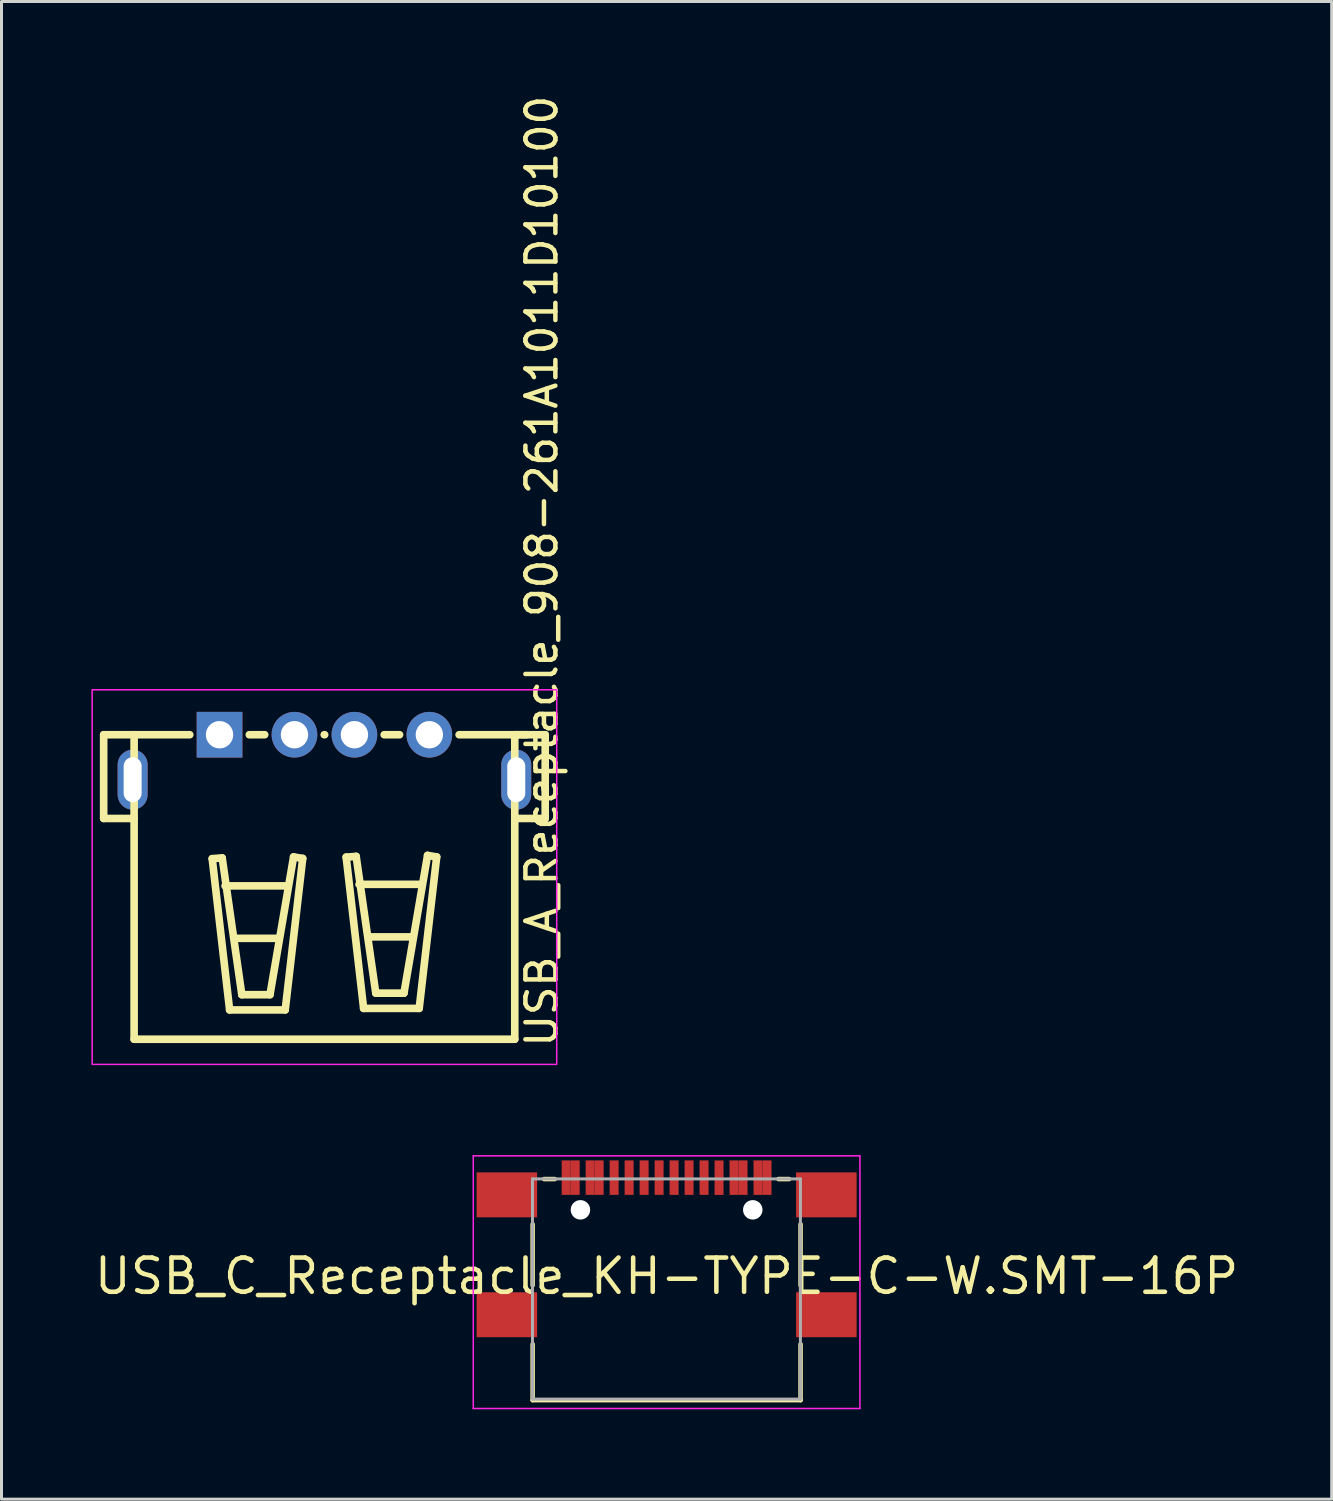
<source format=kicad_pcb>
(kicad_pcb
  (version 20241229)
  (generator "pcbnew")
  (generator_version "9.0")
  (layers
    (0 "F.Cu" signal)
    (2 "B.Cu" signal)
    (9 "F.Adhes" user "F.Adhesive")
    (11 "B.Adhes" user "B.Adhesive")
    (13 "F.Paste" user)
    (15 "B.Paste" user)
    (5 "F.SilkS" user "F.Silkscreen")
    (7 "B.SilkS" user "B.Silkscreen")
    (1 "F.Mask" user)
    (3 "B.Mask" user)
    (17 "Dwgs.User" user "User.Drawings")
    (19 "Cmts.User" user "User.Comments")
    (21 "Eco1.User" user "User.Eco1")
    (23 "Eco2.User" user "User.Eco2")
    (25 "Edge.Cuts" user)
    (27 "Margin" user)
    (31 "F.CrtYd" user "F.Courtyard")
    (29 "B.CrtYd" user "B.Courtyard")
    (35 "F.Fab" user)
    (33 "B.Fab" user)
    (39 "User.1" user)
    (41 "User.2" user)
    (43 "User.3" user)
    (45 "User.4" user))
  (footprint "USB_A_Receptacle_908-261A1011D10100"
    (layer "F.Cu")
    (at 7.775 22.214)
    (property "Reference" "USB_A_Receptacle_908-261A1011D10100" (at 7.25 9.75 90) (layer "F.SilkS") (effects (font (size 1 1) (thickness 0.15)) (justify left)))
    (attr through_hole)
    (fp_line (start -7.366 -0.75) (end -7.366 2.044) (stroke (width 0.254) (type solid)) (layer "F.SilkS"))
    (fp_line (start -7.366 -0.75) (end -6.35 -0.75) (stroke (width 0.254) (type solid)) (layer "F.SilkS"))
    (fp_line (start -7.366 2.044) (end -6.35 2.044) (stroke (width 0.254) (type solid)) (layer "F.SilkS"))
    (fp_line (start -6.35 -0.75) (end -6.35 9.41) (stroke (width 0.254) (type solid)) (layer "F.SilkS"))
    (fp_line (start -6.35 -0.75) (end -4.493 -0.75) (stroke (width 0.254) (type solid)) (layer "F.SilkS"))
    (fp_line (start -6.35 9.41) (end 6.35 9.41) (stroke (width 0.254) (type solid)) (layer "F.SilkS"))
    (fp_line (start -3.745 3.385) (end -3.164 8.432) (stroke (width 0.254) (type solid)) (layer "F.SilkS"))
    (fp_line (start -3.412 3.36) (end -3.745 3.385) (stroke (width 0.254) (type solid)) (layer "F.SilkS"))
    (fp_line (start -3.316 4.292) (end -1.233 4.292) (stroke (width 0.254) (type solid)) (layer "F.SilkS"))
    (fp_line (start -3.164 8.432) (end -1.309 8.432) (stroke (width 0.254) (type solid)) (layer "F.SilkS"))
    (fp_line (start -2.986 6.044) (end -1.538 6.044) (stroke (width 0.254) (type solid)) (layer "F.SilkS"))
    (fp_line (start -2.757 7.924) (end -3.412 3.36) (stroke (width 0.254) (type solid)) (layer "F.SilkS"))
    (fp_line (start -2.507 -0.75) (end -1.993 -0.75) (stroke (width 0.254) (type solid)) (layer "F.SilkS"))
    (fp_line (start -1.817 7.924) (end -2.757 7.924) (stroke (width 0.254) (type solid)) (layer "F.SilkS"))
    (fp_line (start -1.309 8.432) (end -0.725 3.377) (stroke (width 0.254) (type solid)) (layer "F.SilkS"))
    (fp_line (start -1.03 3.327) (end -1.817 7.924) (stroke (width 0.254) (type solid)) (layer "F.SilkS"))
    (fp_line (start -0.725 3.377) (end -1.03 3.327) (stroke (width 0.254) (type solid)) (layer "F.SilkS"))
    (fp_line (start -0.007 -0.75) (end 0.007 -0.75) (stroke (width 0.254) (type solid)) (layer "F.SilkS"))
    (fp_line (start 0.725 3.334) (end 1.058 3.309) (stroke (width 0.254) (type solid)) (layer "F.SilkS"))
    (fp_line (start 1.058 3.309) (end 1.713 7.873) (stroke (width 0.254) (type solid)) (layer "F.SilkS"))
    (fp_line (start 1.154 4.241) (end 3.237 4.241) (stroke (width 0.254) (type solid)) (layer "F.SilkS"))
    (fp_line (start 1.307 8.381) (end 0.725 3.334) (stroke (width 0.254) (type solid)) (layer "F.SilkS"))
    (fp_line (start 1.485 5.994) (end 2.932 5.994) (stroke (width 0.254) (type solid)) (layer "F.SilkS"))
    (fp_line (start 1.713 7.873) (end 2.653 7.873) (stroke (width 0.254) (type solid)) (layer "F.SilkS"))
    (fp_line (start 1.993 -0.75) (end 2.507 -0.75) (stroke (width 0.254) (type solid)) (layer "F.SilkS"))
    (fp_line (start 2.653 7.873) (end 3.44 3.276) (stroke (width 0.254) (type solid)) (layer "F.SilkS"))
    (fp_line (start 3.161 8.381) (end 1.307 8.381) (stroke (width 0.254) (type solid)) (layer "F.SilkS"))
    (fp_line (start 3.44 3.276) (end 3.745 3.327) (stroke (width 0.254) (type solid)) (layer "F.SilkS"))
    (fp_line (start 3.745 3.327) (end 3.161 8.381) (stroke (width 0.254) (type solid)) (layer "F.SilkS"))
    (fp_line (start 4.493 -0.75) (end 6.754 -0.75) (stroke (width 0.254) (type solid)) (layer "F.SilkS"))
    (fp_line (start 6.35 -0.75) (end 7.366 -0.75) (stroke (width 0.254) (type solid)) (layer "F.SilkS"))
    (fp_line (start 6.35 9.41) (end 6.35 -0.75) (stroke (width 0.254) (type solid)) (layer "F.SilkS"))
    (fp_line (start 7.366 -0.75) (end 7.366 2.044) (stroke (width 0.254) (type solid)) (layer "F.SilkS"))
    (fp_line (start 7.366 2.044) (end 6.35 2.044) (stroke (width 0.254) (type solid)) (layer "F.SilkS"))
    (fp_rect (start -7.75 -2.25) (end 7.75 10.25) (stroke (width 0.05) (type default)) (fill no) (layer "F.CrtYd"))
    (pad "1" thru_hole rect (at -3.5 -0.75) (size 1.524 1.524) (drill 0.914) (layers "*.Cu" "*.Paste" "*.Mask"))
    (pad "2" thru_hole circle (at -1 -0.75) (size 1.524 1.524) (drill 0.914) (layers "*.Cu" "*.Paste" "*.Mask"))
    (pad "3" thru_hole circle (at 1 -0.75) (size 1.524 1.524) (drill 0.914) (layers "*.Cu" "*.Paste" "*.Mask"))
    (pad "4" thru_hole circle (at 3.5 -0.75) (size 1.524 1.524) (drill 0.914) (layers "*.Cu" "*.Paste" "*.Mask"))
    (pad "5" thru_hole oval (at -6.4 0.75) (size 1 2) (drill oval 0.6 1.5) (layers "*.Cu" "*.Paste" "*.Mask"))
    (pad "5" thru_hole oval (at 6.4 0.75) (size 1 2) (drill oval 0.6 1.5) (layers "*.Cu" "*.Paste" "*.Mask")))
  (footprint "USB_C_Receptacle_KH-TYPE-C-W.SMT-16P"
    (layer "F.Cu")
    (at 19.191 38.529)
    (property "Reference" "USB_C_Receptacle_KH-TYPE-C-W.SMT-16P" (at 0 1 0) (layer "F.SilkS") (effects (font (size 1.143 1.143) (thickness 0.152))))
    (attr smd)
    (fp_line (start -4.47 1.306) (end -4.47 -0.732) (stroke (width 0.15) (type solid)) (layer "F.SilkS"))
    (fp_line (start -4.47 5.137) (end -4.47 3.268) (stroke (width 0.15) (type solid)) (layer "F.SilkS"))
    (fp_line (start -4.089 -2.24) (end -3.731 -2.24) (stroke (width 0.15) (type solid)) (layer "F.SilkS"))
    (fp_line (start 3.731 -2.24) (end 4.089 -2.24) (stroke (width 0.15) (type solid)) (layer "F.SilkS"))
    (fp_line (start 4.47 1.306) (end 4.47 -0.732) (stroke (width 0.15) (type solid)) (layer "F.SilkS"))
    (fp_line (start 4.47 5.137) (end -4.47 5.137) (stroke (width 0.15) (type solid)) (layer "F.SilkS"))
    (fp_line (start 4.47 5.137) (end 4.47 3.268) (stroke (width 0.15) (type solid)) (layer "F.SilkS"))
    (fp_poly (pts (xy -2.9 -2.857) (xy -2.9 -1.712) (xy -3.5 -1.712) (xy -3.5 -2.857)) (stroke (width 0) (type solid)) (fill yes) (layer "F.Paste"))
    (fp_poly (pts (xy -2.1 -2.857) (xy -2.1 -1.712) (xy -2.7 -1.712) (xy -2.7 -2.857)) (stroke (width 0) (type solid)) (fill yes) (layer "F.Paste"))
    (fp_poly (pts (xy -1.9 -2.862) (xy -1.6 -2.862) (xy -1.6 -1.712) (xy -1.9 -1.712)) (stroke (width 0) (type solid)) (fill yes) (layer "F.Paste"))
    (fp_poly (pts (xy -1.4 -2.862) (xy -1.1 -2.862) (xy -1.1 -1.712) (xy -1.4 -1.712)) (stroke (width 0) (type solid)) (fill yes) (layer "F.Paste"))
    (fp_poly (pts (xy -0.9 -2.862) (xy -0.6 -2.862) (xy -0.6 -1.712) (xy -0.9 -1.712)) (stroke (width 0) (type solid)) (fill yes) (layer "F.Paste"))
    (fp_poly (pts (xy -0.4 -2.862) (xy -0.1 -2.862) (xy -0.1 -1.712) (xy -0.4 -1.712)) (stroke (width 0) (type solid)) (fill yes) (layer "F.Paste"))
    (fp_poly (pts (xy 0.1 -2.862) (xy 0.4 -2.862) (xy 0.4 -1.712) (xy 0.1 -1.712)) (stroke (width 0) (type solid)) (fill yes) (layer "F.Paste"))
    (fp_poly (pts (xy 0.6 -2.862) (xy 0.9 -2.862) (xy 0.9 -1.712) (xy 0.6 -1.712)) (stroke (width 0) (type solid)) (fill yes) (layer "F.Paste"))
    (fp_poly (pts (xy 1.1 -2.862) (xy 1.4 -2.862) (xy 1.4 -1.712) (xy 1.1 -1.712)) (stroke (width 0) (type solid)) (fill yes) (layer "F.Paste"))
    (fp_poly (pts (xy 1.6 -2.86) (xy 1.9 -2.86) (xy 1.9 -1.71) (xy 1.6 -1.71)) (stroke (width 0) (type solid)) (fill yes) (layer "F.Paste"))
    (fp_poly (pts (xy 2.7 -2.857) (xy 2.7 -1.712) (xy 2.1 -1.712) (xy 2.1 -2.857)) (stroke (width 0) (type solid)) (fill yes) (layer "F.Paste"))
    (fp_poly (pts (xy 3.5 -2.857) (xy 3.5 -1.712) (xy 2.9 -1.712) (xy 2.9 -2.857)) (stroke (width 0) (type solid)) (fill yes) (layer "F.Paste"))
    (fp_circle (center -2.875 -1.213) (end -2.725 -1.213) (stroke (width 0.3) (type solid)) (fill no) (layer "Cmts.User"))
    (fp_circle (center 2.875 -1.213) (end 3.025 -1.213) (stroke (width 0.3) (type solid)) (fill no) (layer "Cmts.User"))
    (fp_line (start -6.45 -3.015) (end 6.45 -3.015) (stroke (width 0.05) (type solid)) (layer "F.CrtYd"))
    (fp_line (start -6.45 5.415) (end -6.45 -3.015) (stroke (width 0.05) (type solid)) (layer "F.CrtYd"))
    (fp_line (start 6.45 -3.015) (end 6.45 5.415) (stroke (width 0.05) (type solid)) (layer "F.CrtYd"))
    (fp_line (start 6.45 5.415) (end -6.45 5.415) (stroke (width 0.05) (type solid)) (layer "F.CrtYd"))
    (fp_line (start -4.475 -2.245) (end -4.475 5.105) (stroke (width 0.1) (type solid)) (layer "F.Fab"))
    (fp_line (start -4.475 5.105) (end 4.465 5.105) (stroke (width 0.1) (type solid)) (layer "F.Fab"))
    (fp_line (start 4.465 -2.245) (end -4.475 -2.245) (stroke (width 0.1) (type solid)) (layer "F.Fab"))
    (fp_line (start 4.465 5.105) (end 4.465 -2.245) (stroke (width 0.1) (type solid)) (layer "F.Fab"))
    (pad "" np_thru_hole circle (at -2.875 -1.213) (size 0.65 0.65) (drill 0.65) (layers "*.Cu" "*.Mask"))
    (pad "" np_thru_hole circle (at 2.875 -1.213) (size 0.65 0.65) (drill 0.65) (layers "*.Cu" "*.Mask"))
    (pad "A1" smd rect (at -3.35 -2.287) (size 0.3 1.15) (layers "F.Cu" "F.Mask" "F.Paste"))
    (pad "A4" smd rect (at -2.55 -2.287) (size 0.3 1.15) (layers "F.Cu" "F.Mask" "F.Paste"))
    (pad "A5" smd rect (at -1.25 -2.287) (size 0.3 1.15) (layers "F.Cu" "F.Mask" "F.Paste"))
    (pad "A6" smd rect (at -0.25 -2.287) (size 0.3 1.15) (layers "F.Cu" "F.Mask" "F.Paste"))
    (pad "A7" smd rect (at 0.25 -2.287) (size 0.3 1.15) (layers "F.Cu" "F.Mask" "F.Paste"))
    (pad "A8" smd rect (at 1.25 -2.287) (size 0.3 1.15) (layers "F.Cu" "F.Mask" "F.Paste"))
    (pad "A9" smd rect (at 2.55 -2.287) (size 0.3 1.15) (layers "F.Cu" "F.Mask" "F.Paste"))
    (pad "A12" smd rect (at 3.35 -2.287) (size 0.3 1.15) (layers "F.Cu" "F.Mask" "F.Paste"))
    (pad "B1" smd rect (at 3.05 -2.287) (size 0.3 1.15) (layers "F.Cu" "F.Mask" "F.Paste"))
    (pad "B4" smd rect (at 2.25 -2.287) (size 0.3 1.15) (layers "F.Cu" "F.Mask" "F.Paste"))
    (pad "B5" smd rect (at 1.75 -2.285) (size 0.3 1.15) (layers "F.Cu" "F.Mask" "F.Paste"))
    (pad "B6" smd rect (at 0.75 -2.287) (size 0.3 1.15) (layers "F.Cu" "F.Mask" "F.Paste"))
    (pad "B7" smd rect (at -0.75 -2.287) (size 0.3 1.15) (layers "F.Cu" "F.Mask" "F.Paste"))
    (pad "B8" smd rect (at -1.75 -2.287) (size 0.3 1.15) (layers "F.Cu" "F.Mask" "F.Paste"))
    (pad "B9" smd rect (at -2.25 -2.287) (size 0.3 1.15) (layers "F.Cu" "F.Mask" "F.Paste"))
    (pad "B12" smd rect (at -3.05 -2.287) (size 0.3 1.15) (layers "F.Cu" "F.Mask" "F.Paste"))
    (pad "S1" smd rect (at -5.33 -1.713) (size 2.02 1.5) (layers "F.Cu" "F.Mask" "F.Paste"))
    (pad "S1" smd rect (at -5.33 2.287) (size 2.02 1.5) (layers "F.Cu" "F.Mask" "F.Paste"))
    (pad "S1" smd rect (at 5.33 -1.713) (size 2.02 1.5) (layers "F.Cu" "F.Mask" "F.Paste"))
    (pad "S1" smd rect (at 5.33 2.287) (size 2.02 1.5) (layers "F.Cu" "F.Mask" "F.Paste")))
  (gr_rect
    (start -3 -3)
    (end 41.382 46.969)
    (stroke (width 0.1) (type default))
    (fill no)
    (layer "Edge.Cuts")))
</source>
